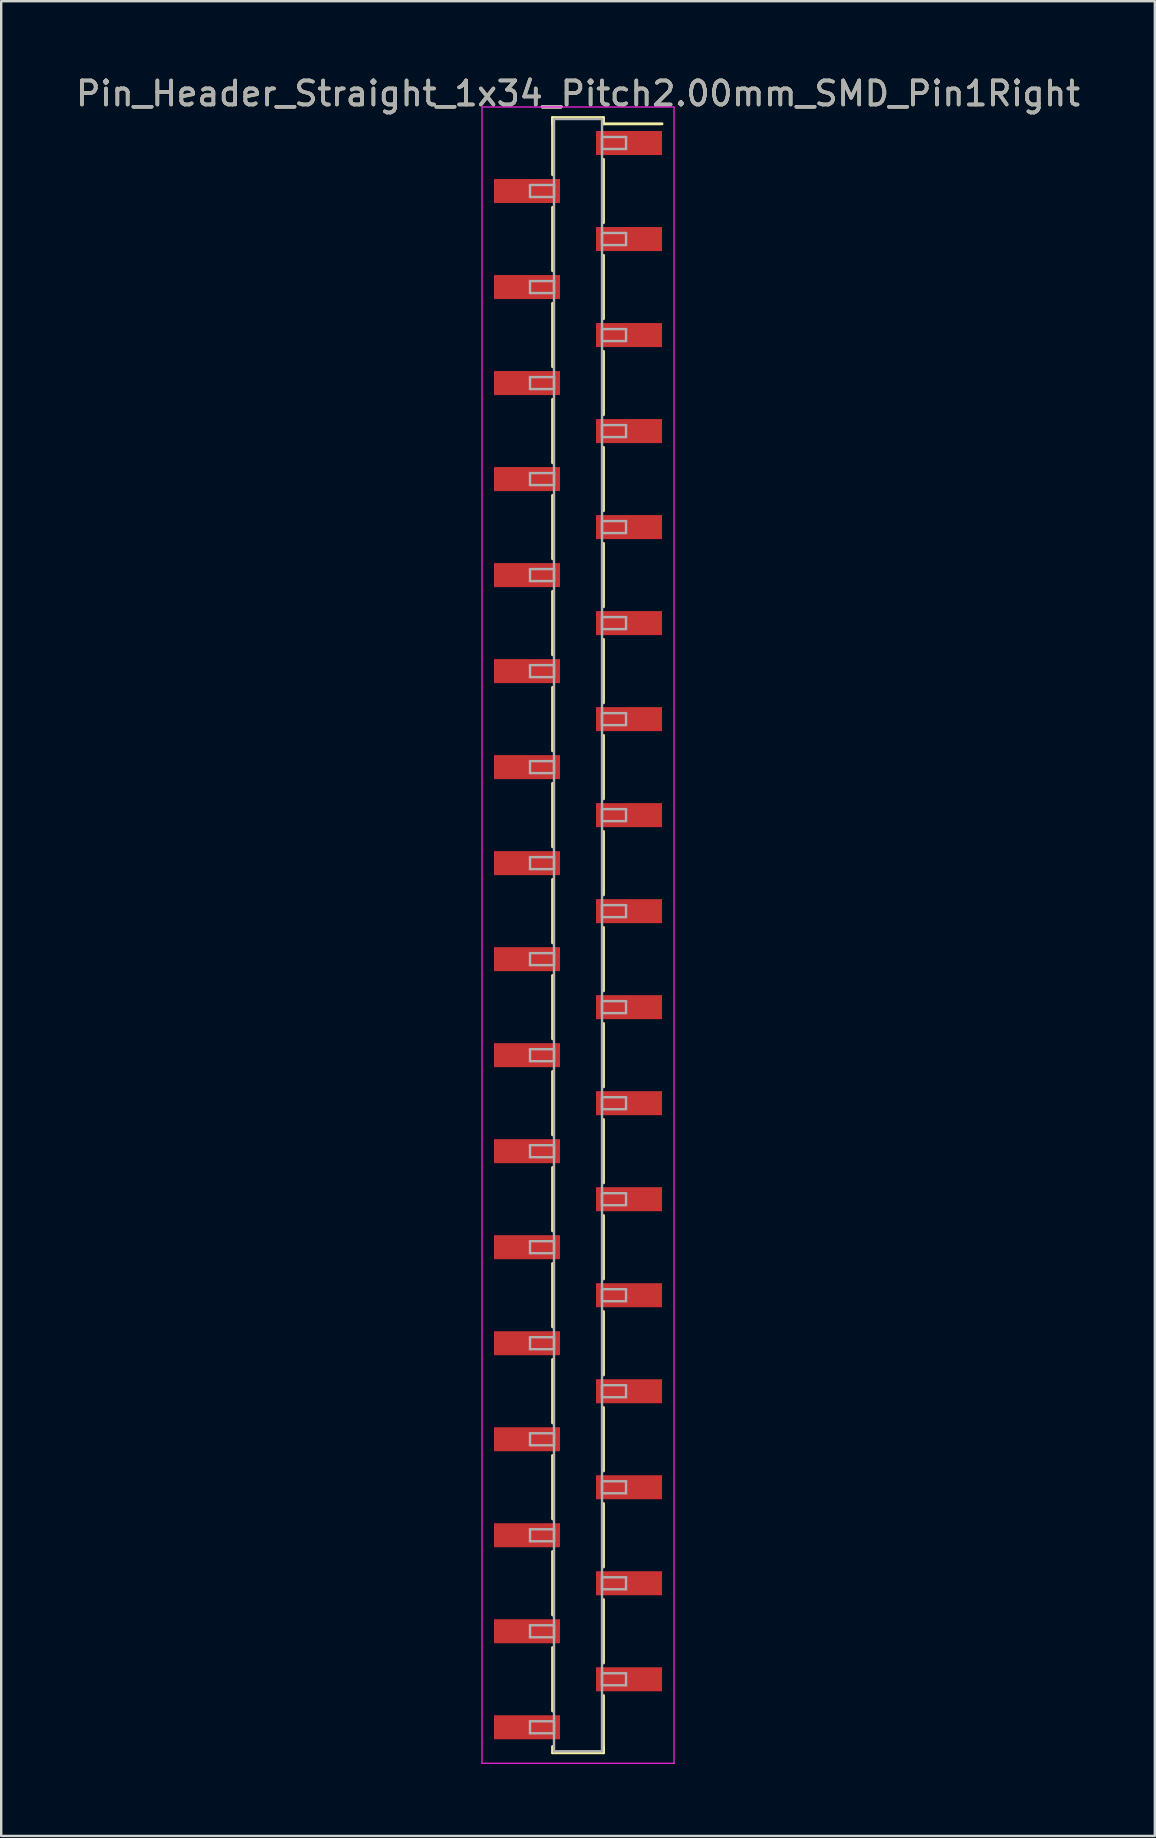
<source format=kicad_pcb>
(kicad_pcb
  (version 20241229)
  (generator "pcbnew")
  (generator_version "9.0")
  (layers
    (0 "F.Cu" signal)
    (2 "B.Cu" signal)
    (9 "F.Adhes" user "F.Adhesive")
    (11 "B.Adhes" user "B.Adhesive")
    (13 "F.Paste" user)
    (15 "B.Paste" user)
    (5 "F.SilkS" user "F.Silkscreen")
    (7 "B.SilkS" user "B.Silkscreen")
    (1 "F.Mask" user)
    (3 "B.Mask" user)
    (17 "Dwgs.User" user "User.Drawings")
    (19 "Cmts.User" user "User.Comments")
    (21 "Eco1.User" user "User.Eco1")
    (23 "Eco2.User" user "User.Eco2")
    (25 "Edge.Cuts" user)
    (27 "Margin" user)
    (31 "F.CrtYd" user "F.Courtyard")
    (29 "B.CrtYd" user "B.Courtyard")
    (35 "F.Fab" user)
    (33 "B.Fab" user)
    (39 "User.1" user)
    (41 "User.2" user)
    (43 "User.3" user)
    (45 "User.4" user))
  (footprint "Pin_Header_Straight_1x34_Pitch2.00mm_SMD_Pin1Right"
    (layer "F.Cu")
    (at 21.03 35.908)
    (property "Reference" "Pin_Header_Straight_1x34_Pitch2.00mm_SMD_Pin1Right" (at 0 -35.06 0) (layer "F.SilkS") (effects (font (size 1 1) (thickness 0.15))))
    (attr smd)
    (fp_line (start -1.06 -34.06) (end -1.06 -31.68) (stroke (width 0.12) (type solid)) (layer "F.SilkS"))
    (fp_line (start -1.06 -34.06) (end 1.06 -34.06) (stroke (width 0.12) (type solid)) (layer "F.SilkS"))
    (fp_line (start -1.06 -33.8) (end -1.06 -34.06) (stroke (width 0.12) (type solid)) (layer "F.SilkS"))
    (fp_line (start -1.06 -30.32) (end -1.06 -27.68) (stroke (width 0.12) (type solid)) (layer "F.SilkS"))
    (fp_line (start -1.06 -26.32) (end -1.06 -23.68) (stroke (width 0.12) (type solid)) (layer "F.SilkS"))
    (fp_line (start -1.06 -22.32) (end -1.06 -19.68) (stroke (width 0.12) (type solid)) (layer "F.SilkS"))
    (fp_line (start -1.06 -18.32) (end -1.06 -15.68) (stroke (width 0.12) (type solid)) (layer "F.SilkS"))
    (fp_line (start -1.06 -14.32) (end -1.06 -11.68) (stroke (width 0.12) (type solid)) (layer "F.SilkS"))
    (fp_line (start -1.06 -10.32) (end -1.06 -7.68) (stroke (width 0.12) (type solid)) (layer "F.SilkS"))
    (fp_line (start -1.06 -6.32) (end -1.06 -3.68) (stroke (width 0.12) (type solid)) (layer "F.SilkS"))
    (fp_line (start -1.06 -2.32) (end -1.06 0.32) (stroke (width 0.12) (type solid)) (layer "F.SilkS"))
    (fp_line (start -1.06 1.68) (end -1.06 4.32) (stroke (width 0.12) (type solid)) (layer "F.SilkS"))
    (fp_line (start -1.06 5.68) (end -1.06 8.32) (stroke (width 0.12) (type solid)) (layer "F.SilkS"))
    (fp_line (start -1.06 9.68) (end -1.06 12.32) (stroke (width 0.12) (type solid)) (layer "F.SilkS"))
    (fp_line (start -1.06 13.68) (end -1.06 16.32) (stroke (width 0.12) (type solid)) (layer "F.SilkS"))
    (fp_line (start -1.06 17.68) (end -1.06 20.32) (stroke (width 0.12) (type solid)) (layer "F.SilkS"))
    (fp_line (start -1.06 21.68) (end -1.06 24.32) (stroke (width 0.12) (type solid)) (layer "F.SilkS"))
    (fp_line (start -1.06 25.68) (end -1.06 28.32) (stroke (width 0.12) (type solid)) (layer "F.SilkS"))
    (fp_line (start -1.06 29.68) (end -1.06 32.32) (stroke (width 0.12) (type solid)) (layer "F.SilkS"))
    (fp_line (start -1.06 33.8) (end -1.06 34.06) (stroke (width 0.12) (type solid)) (layer "F.SilkS"))
    (fp_line (start -1.06 34.06) (end 1.06 34.06) (stroke (width 0.12) (type solid)) (layer "F.SilkS"))
    (fp_line (start 1.06 -34.06) (end 1.06 -33.8) (stroke (width 0.12) (type solid)) (layer "F.SilkS"))
    (fp_line (start 1.06 -33.8) (end 3.5 -33.8) (stroke (width 0.12) (type solid)) (layer "F.SilkS"))
    (fp_line (start 1.06 -32.32) (end 1.06 -29.68) (stroke (width 0.12) (type solid)) (layer "F.SilkS"))
    (fp_line (start 1.06 -28.32) (end 1.06 -25.68) (stroke (width 0.12) (type solid)) (layer "F.SilkS"))
    (fp_line (start 1.06 -24.32) (end 1.06 -21.68) (stroke (width 0.12) (type solid)) (layer "F.SilkS"))
    (fp_line (start 1.06 -20.32) (end 1.06 -17.68) (stroke (width 0.12) (type solid)) (layer "F.SilkS"))
    (fp_line (start 1.06 -16.32) (end 1.06 -13.68) (stroke (width 0.12) (type solid)) (layer "F.SilkS"))
    (fp_line (start 1.06 -12.32) (end 1.06 -9.68) (stroke (width 0.12) (type solid)) (layer "F.SilkS"))
    (fp_line (start 1.06 -8.32) (end 1.06 -5.68) (stroke (width 0.12) (type solid)) (layer "F.SilkS"))
    (fp_line (start 1.06 -4.32) (end 1.06 -1.68) (stroke (width 0.12) (type solid)) (layer "F.SilkS"))
    (fp_line (start 1.06 -0.32) (end 1.06 2.32) (stroke (width 0.12) (type solid)) (layer "F.SilkS"))
    (fp_line (start 1.06 3.68) (end 1.06 6.32) (stroke (width 0.12) (type solid)) (layer "F.SilkS"))
    (fp_line (start 1.06 7.68) (end 1.06 10.32) (stroke (width 0.12) (type solid)) (layer "F.SilkS"))
    (fp_line (start 1.06 11.68) (end 1.06 14.32) (stroke (width 0.12) (type solid)) (layer "F.SilkS"))
    (fp_line (start 1.06 15.68) (end 1.06 18.32) (stroke (width 0.12) (type solid)) (layer "F.SilkS"))
    (fp_line (start 1.06 19.68) (end 1.06 22.32) (stroke (width 0.12) (type solid)) (layer "F.SilkS"))
    (fp_line (start 1.06 23.68) (end 1.06 26.32) (stroke (width 0.12) (type solid)) (layer "F.SilkS"))
    (fp_line (start 1.06 27.68) (end 1.06 30.32) (stroke (width 0.12) (type solid)) (layer "F.SilkS"))
    (fp_line (start 1.06 31.68) (end 1.06 34.06) (stroke (width 0.12) (type solid)) (layer "F.SilkS"))
    (fp_line (start 1.06 34.06) (end 1.06 33.8) (stroke (width 0.12) (type solid)) (layer "F.SilkS"))
    (fp_line (start -4 -34.5) (end -4 34.5) (stroke (width 0.05) (type solid)) (layer "F.CrtYd"))
    (fp_line (start -4 34.5) (end 4 34.5) (stroke (width 0.05) (type solid)) (layer "F.CrtYd"))
    (fp_line (start 4 -34.5) (end -4 -34.5) (stroke (width 0.05) (type solid)) (layer "F.CrtYd"))
    (fp_line (start 4 34.5) (end 4 -34.5) (stroke (width 0.05) (type solid)) (layer "F.CrtYd"))
    (fp_line (start -2 -31.25) (end -1 -31.25) (stroke (width 0.1) (type solid)) (layer "F.Fab"))
    (fp_line (start -2 -30.75) (end -2 -31.25) (stroke (width 0.1) (type solid)) (layer "F.Fab"))
    (fp_line (start -2 -27.25) (end -1 -27.25) (stroke (width 0.1) (type solid)) (layer "F.Fab"))
    (fp_line (start -2 -26.75) (end -2 -27.25) (stroke (width 0.1) (type solid)) (layer "F.Fab"))
    (fp_line (start -2 -23.25) (end -1 -23.25) (stroke (width 0.1) (type solid)) (layer "F.Fab"))
    (fp_line (start -2 -22.75) (end -2 -23.25) (stroke (width 0.1) (type solid)) (layer "F.Fab"))
    (fp_line (start -2 -19.25) (end -1 -19.25) (stroke (width 0.1) (type solid)) (layer "F.Fab"))
    (fp_line (start -2 -18.75) (end -2 -19.25) (stroke (width 0.1) (type solid)) (layer "F.Fab"))
    (fp_line (start -2 -15.25) (end -1 -15.25) (stroke (width 0.1) (type solid)) (layer "F.Fab"))
    (fp_line (start -2 -14.75) (end -2 -15.25) (stroke (width 0.1) (type solid)) (layer "F.Fab"))
    (fp_line (start -2 -11.25) (end -1 -11.25) (stroke (width 0.1) (type solid)) (layer "F.Fab"))
    (fp_line (start -2 -10.75) (end -2 -11.25) (stroke (width 0.1) (type solid)) (layer "F.Fab"))
    (fp_line (start -2 -7.25) (end -1 -7.25) (stroke (width 0.1) (type solid)) (layer "F.Fab"))
    (fp_line (start -2 -6.75) (end -2 -7.25) (stroke (width 0.1) (type solid)) (layer "F.Fab"))
    (fp_line (start -2 -3.25) (end -1 -3.25) (stroke (width 0.1) (type solid)) (layer "F.Fab"))
    (fp_line (start -2 -2.75) (end -2 -3.25) (stroke (width 0.1) (type solid)) (layer "F.Fab"))
    (fp_line (start -2 0.75) (end -1 0.75) (stroke (width 0.1) (type solid)) (layer "F.Fab"))
    (fp_line (start -2 1.25) (end -2 0.75) (stroke (width 0.1) (type solid)) (layer "F.Fab"))
    (fp_line (start -2 4.75) (end -1 4.75) (stroke (width 0.1) (type solid)) (layer "F.Fab"))
    (fp_line (start -2 5.25) (end -2 4.75) (stroke (width 0.1) (type solid)) (layer "F.Fab"))
    (fp_line (start -2 8.75) (end -1 8.75) (stroke (width 0.1) (type solid)) (layer "F.Fab"))
    (fp_line (start -2 9.25) (end -2 8.75) (stroke (width 0.1) (type solid)) (layer "F.Fab"))
    (fp_line (start -2 12.75) (end -1 12.75) (stroke (width 0.1) (type solid)) (layer "F.Fab"))
    (fp_line (start -2 13.25) (end -2 12.75) (stroke (width 0.1) (type solid)) (layer "F.Fab"))
    (fp_line (start -2 16.75) (end -1 16.75) (stroke (width 0.1) (type solid)) (layer "F.Fab"))
    (fp_line (start -2 17.25) (end -2 16.75) (stroke (width 0.1) (type solid)) (layer "F.Fab"))
    (fp_line (start -2 20.75) (end -1 20.75) (stroke (width 0.1) (type solid)) (layer "F.Fab"))
    (fp_line (start -2 21.25) (end -2 20.75) (stroke (width 0.1) (type solid)) (layer "F.Fab"))
    (fp_line (start -2 24.75) (end -1 24.75) (stroke (width 0.1) (type solid)) (layer "F.Fab"))
    (fp_line (start -2 25.25) (end -2 24.75) (stroke (width 0.1) (type solid)) (layer "F.Fab"))
    (fp_line (start -2 28.75) (end -1 28.75) (stroke (width 0.1) (type solid)) (layer "F.Fab"))
    (fp_line (start -2 29.25) (end -2 28.75) (stroke (width 0.1) (type solid)) (layer "F.Fab"))
    (fp_line (start -2 32.75) (end -1 32.75) (stroke (width 0.1) (type solid)) (layer "F.Fab"))
    (fp_line (start -2 33.25) (end -2 32.75) (stroke (width 0.1) (type solid)) (layer "F.Fab"))
    (fp_line (start -1 -34) (end -1 34) (stroke (width 0.1) (type solid)) (layer "F.Fab"))
    (fp_line (start -1 -31.25) (end -1 -30.75) (stroke (width 0.1) (type solid)) (layer "F.Fab"))
    (fp_line (start -1 -30.75) (end -2 -30.75) (stroke (width 0.1) (type solid)) (layer "F.Fab"))
    (fp_line (start -1 -27.25) (end -1 -26.75) (stroke (width 0.1) (type solid)) (layer "F.Fab"))
    (fp_line (start -1 -26.75) (end -2 -26.75) (stroke (width 0.1) (type solid)) (layer "F.Fab"))
    (fp_line (start -1 -23.25) (end -1 -22.75) (stroke (width 0.1) (type solid)) (layer "F.Fab"))
    (fp_line (start -1 -22.75) (end -2 -22.75) (stroke (width 0.1) (type solid)) (layer "F.Fab"))
    (fp_line (start -1 -19.25) (end -1 -18.75) (stroke (width 0.1) (type solid)) (layer "F.Fab"))
    (fp_line (start -1 -18.75) (end -2 -18.75) (stroke (width 0.1) (type solid)) (layer "F.Fab"))
    (fp_line (start -1 -15.25) (end -1 -14.75) (stroke (width 0.1) (type solid)) (layer "F.Fab"))
    (fp_line (start -1 -14.75) (end -2 -14.75) (stroke (width 0.1) (type solid)) (layer "F.Fab"))
    (fp_line (start -1 -11.25) (end -1 -10.75) (stroke (width 0.1) (type solid)) (layer "F.Fab"))
    (fp_line (start -1 -10.75) (end -2 -10.75) (stroke (width 0.1) (type solid)) (layer "F.Fab"))
    (fp_line (start -1 -7.25) (end -1 -6.75) (stroke (width 0.1) (type solid)) (layer "F.Fab"))
    (fp_line (start -1 -6.75) (end -2 -6.75) (stroke (width 0.1) (type solid)) (layer "F.Fab"))
    (fp_line (start -1 -3.25) (end -1 -2.75) (stroke (width 0.1) (type solid)) (layer "F.Fab"))
    (fp_line (start -1 -2.75) (end -2 -2.75) (stroke (width 0.1) (type solid)) (layer "F.Fab"))
    (fp_line (start -1 0.75) (end -1 1.25) (stroke (width 0.1) (type solid)) (layer "F.Fab"))
    (fp_line (start -1 1.25) (end -2 1.25) (stroke (width 0.1) (type solid)) (layer "F.Fab"))
    (fp_line (start -1 4.75) (end -1 5.25) (stroke (width 0.1) (type solid)) (layer "F.Fab"))
    (fp_line (start -1 5.25) (end -2 5.25) (stroke (width 0.1) (type solid)) (layer "F.Fab"))
    (fp_line (start -1 8.75) (end -1 9.25) (stroke (width 0.1) (type solid)) (layer "F.Fab"))
    (fp_line (start -1 9.25) (end -2 9.25) (stroke (width 0.1) (type solid)) (layer "F.Fab"))
    (fp_line (start -1 12.75) (end -1 13.25) (stroke (width 0.1) (type solid)) (layer "F.Fab"))
    (fp_line (start -1 13.25) (end -2 13.25) (stroke (width 0.1) (type solid)) (layer "F.Fab"))
    (fp_line (start -1 16.75) (end -1 17.25) (stroke (width 0.1) (type solid)) (layer "F.Fab"))
    (fp_line (start -1 17.25) (end -2 17.25) (stroke (width 0.1) (type solid)) (layer "F.Fab"))
    (fp_line (start -1 20.75) (end -1 21.25) (stroke (width 0.1) (type solid)) (layer "F.Fab"))
    (fp_line (start -1 21.25) (end -2 21.25) (stroke (width 0.1) (type solid)) (layer "F.Fab"))
    (fp_line (start -1 24.75) (end -1 25.25) (stroke (width 0.1) (type solid)) (layer "F.Fab"))
    (fp_line (start -1 25.25) (end -2 25.25) (stroke (width 0.1) (type solid)) (layer "F.Fab"))
    (fp_line (start -1 28.75) (end -1 29.25) (stroke (width 0.1) (type solid)) (layer "F.Fab"))
    (fp_line (start -1 29.25) (end -2 29.25) (stroke (width 0.1) (type solid)) (layer "F.Fab"))
    (fp_line (start -1 32.75) (end -1 33.25) (stroke (width 0.1) (type solid)) (layer "F.Fab"))
    (fp_line (start -1 33.25) (end -2 33.25) (stroke (width 0.1) (type solid)) (layer "F.Fab"))
    (fp_line (start -1 34) (end 1 34) (stroke (width 0.1) (type solid)) (layer "F.Fab"))
    (fp_line (start 1 -34) (end -1 -34) (stroke (width 0.1) (type solid)) (layer "F.Fab"))
    (fp_line (start 1 -33.25) (end 1 -32.75) (stroke (width 0.1) (type solid)) (layer "F.Fab"))
    (fp_line (start 1 -32.75) (end 2 -32.75) (stroke (width 0.1) (type solid)) (layer "F.Fab"))
    (fp_line (start 1 -29.25) (end 1 -28.75) (stroke (width 0.1) (type solid)) (layer "F.Fab"))
    (fp_line (start 1 -28.75) (end 2 -28.75) (stroke (width 0.1) (type solid)) (layer "F.Fab"))
    (fp_line (start 1 -25.25) (end 1 -24.75) (stroke (width 0.1) (type solid)) (layer "F.Fab"))
    (fp_line (start 1 -24.75) (end 2 -24.75) (stroke (width 0.1) (type solid)) (layer "F.Fab"))
    (fp_line (start 1 -21.25) (end 1 -20.75) (stroke (width 0.1) (type solid)) (layer "F.Fab"))
    (fp_line (start 1 -20.75) (end 2 -20.75) (stroke (width 0.1) (type solid)) (layer "F.Fab"))
    (fp_line (start 1 -17.25) (end 1 -16.75) (stroke (width 0.1) (type solid)) (layer "F.Fab"))
    (fp_line (start 1 -16.75) (end 2 -16.75) (stroke (width 0.1) (type solid)) (layer "F.Fab"))
    (fp_line (start 1 -13.25) (end 1 -12.75) (stroke (width 0.1) (type solid)) (layer "F.Fab"))
    (fp_line (start 1 -12.75) (end 2 -12.75) (stroke (width 0.1) (type solid)) (layer "F.Fab"))
    (fp_line (start 1 -9.25) (end 1 -8.75) (stroke (width 0.1) (type solid)) (layer "F.Fab"))
    (fp_line (start 1 -8.75) (end 2 -8.75) (stroke (width 0.1) (type solid)) (layer "F.Fab"))
    (fp_line (start 1 -5.25) (end 1 -4.75) (stroke (width 0.1) (type solid)) (layer "F.Fab"))
    (fp_line (start 1 -4.75) (end 2 -4.75) (stroke (width 0.1) (type solid)) (layer "F.Fab"))
    (fp_line (start 1 -1.25) (end 1 -0.75) (stroke (width 0.1) (type solid)) (layer "F.Fab"))
    (fp_line (start 1 -0.75) (end 2 -0.75) (stroke (width 0.1) (type solid)) (layer "F.Fab"))
    (fp_line (start 1 2.75) (end 1 3.25) (stroke (width 0.1) (type solid)) (layer "F.Fab"))
    (fp_line (start 1 3.25) (end 2 3.25) (stroke (width 0.1) (type solid)) (layer "F.Fab"))
    (fp_line (start 1 6.75) (end 1 7.25) (stroke (width 0.1) (type solid)) (layer "F.Fab"))
    (fp_line (start 1 7.25) (end 2 7.25) (stroke (width 0.1) (type solid)) (layer "F.Fab"))
    (fp_line (start 1 10.75) (end 1 11.25) (stroke (width 0.1) (type solid)) (layer "F.Fab"))
    (fp_line (start 1 11.25) (end 2 11.25) (stroke (width 0.1) (type solid)) (layer "F.Fab"))
    (fp_line (start 1 14.75) (end 1 15.25) (stroke (width 0.1) (type solid)) (layer "F.Fab"))
    (fp_line (start 1 15.25) (end 2 15.25) (stroke (width 0.1) (type solid)) (layer "F.Fab"))
    (fp_line (start 1 18.75) (end 1 19.25) (stroke (width 0.1) (type solid)) (layer "F.Fab"))
    (fp_line (start 1 19.25) (end 2 19.25) (stroke (width 0.1) (type solid)) (layer "F.Fab"))
    (fp_line (start 1 22.75) (end 1 23.25) (stroke (width 0.1) (type solid)) (layer "F.Fab"))
    (fp_line (start 1 23.25) (end 2 23.25) (stroke (width 0.1) (type solid)) (layer "F.Fab"))
    (fp_line (start 1 26.75) (end 1 27.25) (stroke (width 0.1) (type solid)) (layer "F.Fab"))
    (fp_line (start 1 27.25) (end 2 27.25) (stroke (width 0.1) (type solid)) (layer "F.Fab"))
    (fp_line (start 1 30.75) (end 1 31.25) (stroke (width 0.1) (type solid)) (layer "F.Fab"))
    (fp_line (start 1 31.25) (end 2 31.25) (stroke (width 0.1) (type solid)) (layer "F.Fab"))
    (fp_line (start 1 34) (end 1 -34) (stroke (width 0.1) (type solid)) (layer "F.Fab"))
    (fp_line (start 2 -33.25) (end 1 -33.25) (stroke (width 0.1) (type solid)) (layer "F.Fab"))
    (fp_line (start 2 -32.75) (end 2 -33.25) (stroke (width 0.1) (type solid)) (layer "F.Fab"))
    (fp_line (start 2 -29.25) (end 1 -29.25) (stroke (width 0.1) (type solid)) (layer "F.Fab"))
    (fp_line (start 2 -28.75) (end 2 -29.25) (stroke (width 0.1) (type solid)) (layer "F.Fab"))
    (fp_line (start 2 -25.25) (end 1 -25.25) (stroke (width 0.1) (type solid)) (layer "F.Fab"))
    (fp_line (start 2 -24.75) (end 2 -25.25) (stroke (width 0.1) (type solid)) (layer "F.Fab"))
    (fp_line (start 2 -21.25) (end 1 -21.25) (stroke (width 0.1) (type solid)) (layer "F.Fab"))
    (fp_line (start 2 -20.75) (end 2 -21.25) (stroke (width 0.1) (type solid)) (layer "F.Fab"))
    (fp_line (start 2 -17.25) (end 1 -17.25) (stroke (width 0.1) (type solid)) (layer "F.Fab"))
    (fp_line (start 2 -16.75) (end 2 -17.25) (stroke (width 0.1) (type solid)) (layer "F.Fab"))
    (fp_line (start 2 -13.25) (end 1 -13.25) (stroke (width 0.1) (type solid)) (layer "F.Fab"))
    (fp_line (start 2 -12.75) (end 2 -13.25) (stroke (width 0.1) (type solid)) (layer "F.Fab"))
    (fp_line (start 2 -9.25) (end 1 -9.25) (stroke (width 0.1) (type solid)) (layer "F.Fab"))
    (fp_line (start 2 -8.75) (end 2 -9.25) (stroke (width 0.1) (type solid)) (layer "F.Fab"))
    (fp_line (start 2 -5.25) (end 1 -5.25) (stroke (width 0.1) (type solid)) (layer "F.Fab"))
    (fp_line (start 2 -4.75) (end 2 -5.25) (stroke (width 0.1) (type solid)) (layer "F.Fab"))
    (fp_line (start 2 -1.25) (end 1 -1.25) (stroke (width 0.1) (type solid)) (layer "F.Fab"))
    (fp_line (start 2 -0.75) (end 2 -1.25) (stroke (width 0.1) (type solid)) (layer "F.Fab"))
    (fp_line (start 2 2.75) (end 1 2.75) (stroke (width 0.1) (type solid)) (layer "F.Fab"))
    (fp_line (start 2 3.25) (end 2 2.75) (stroke (width 0.1) (type solid)) (layer "F.Fab"))
    (fp_line (start 2 6.75) (end 1 6.75) (stroke (width 0.1) (type solid)) (layer "F.Fab"))
    (fp_line (start 2 7.25) (end 2 6.75) (stroke (width 0.1) (type solid)) (layer "F.Fab"))
    (fp_line (start 2 10.75) (end 1 10.75) (stroke (width 0.1) (type solid)) (layer "F.Fab"))
    (fp_line (start 2 11.25) (end 2 10.75) (stroke (width 0.1) (type solid)) (layer "F.Fab"))
    (fp_line (start 2 14.75) (end 1 14.75) (stroke (width 0.1) (type solid)) (layer "F.Fab"))
    (fp_line (start 2 15.25) (end 2 14.75) (stroke (width 0.1) (type solid)) (layer "F.Fab"))
    (fp_line (start 2 18.75) (end 1 18.75) (stroke (width 0.1) (type solid)) (layer "F.Fab"))
    (fp_line (start 2 19.25) (end 2 18.75) (stroke (width 0.1) (type solid)) (layer "F.Fab"))
    (fp_line (start 2 22.75) (end 1 22.75) (stroke (width 0.1) (type solid)) (layer "F.Fab"))
    (fp_line (start 2 23.25) (end 2 22.75) (stroke (width 0.1) (type solid)) (layer "F.Fab"))
    (fp_line (start 2 26.75) (end 1 26.75) (stroke (width 0.1) (type solid)) (layer "F.Fab"))
    (fp_line (start 2 27.25) (end 2 26.75) (stroke (width 0.1) (type solid)) (layer "F.Fab"))
    (fp_line (start 2 30.75) (end 1 30.75) (stroke (width 0.1) (type solid)) (layer "F.Fab"))
    (fp_line (start 2 31.25) (end 2 30.75) (stroke (width 0.1) (type solid)) (layer "F.Fab"))
    (fp_text user "${REFERENCE}" (at 0 -35.06 0) (layer "F.Fab") (effects (font (size 1 1) (thickness 0.15))))
    (pad "1" smd rect (at 2.125 -33) (size 2.75 1) (layers "F.Cu" "F.Mask" "F.Paste"))
    (pad "2" smd rect (at -2.125 -31) (size 2.75 1) (layers "F.Cu" "F.Mask" "F.Paste"))
    (pad "3" smd rect (at 2.125 -29) (size 2.75 1) (layers "F.Cu" "F.Mask" "F.Paste"))
    (pad "4" smd rect (at -2.125 -27) (size 2.75 1) (layers "F.Cu" "F.Mask" "F.Paste"))
    (pad "5" smd rect (at 2.125 -25) (size 2.75 1) (layers "F.Cu" "F.Mask" "F.Paste"))
    (pad "6" smd rect (at -2.125 -23) (size 2.75 1) (layers "F.Cu" "F.Mask" "F.Paste"))
    (pad "7" smd rect (at 2.125 -21) (size 2.75 1) (layers "F.Cu" "F.Mask" "F.Paste"))
    (pad "8" smd rect (at -2.125 -19) (size 2.75 1) (layers "F.Cu" "F.Mask" "F.Paste"))
    (pad "9" smd rect (at 2.125 -17) (size 2.75 1) (layers "F.Cu" "F.Mask" "F.Paste"))
    (pad "10" smd rect (at -2.125 -15) (size 2.75 1) (layers "F.Cu" "F.Mask" "F.Paste"))
    (pad "11" smd rect (at 2.125 -13) (size 2.75 1) (layers "F.Cu" "F.Mask" "F.Paste"))
    (pad "12" smd rect (at -2.125 -11) (size 2.75 1) (layers "F.Cu" "F.Mask" "F.Paste"))
    (pad "13" smd rect (at 2.125 -9) (size 2.75 1) (layers "F.Cu" "F.Mask" "F.Paste"))
    (pad "14" smd rect (at -2.125 -7) (size 2.75 1) (layers "F.Cu" "F.Mask" "F.Paste"))
    (pad "15" smd rect (at 2.125 -5) (size 2.75 1) (layers "F.Cu" "F.Mask" "F.Paste"))
    (pad "16" smd rect (at -2.125 -3) (size 2.75 1) (layers "F.Cu" "F.Mask" "F.Paste"))
    (pad "17" smd rect (at 2.125 -1) (size 2.75 1) (layers "F.Cu" "F.Mask" "F.Paste"))
    (pad "18" smd rect (at -2.125 1) (size 2.75 1) (layers "F.Cu" "F.Mask" "F.Paste"))
    (pad "19" smd rect (at 2.125 3) (size 2.75 1) (layers "F.Cu" "F.Mask" "F.Paste"))
    (pad "20" smd rect (at -2.125 5) (size 2.75 1) (layers "F.Cu" "F.Mask" "F.Paste"))
    (pad "21" smd rect (at 2.125 7) (size 2.75 1) (layers "F.Cu" "F.Mask" "F.Paste"))
    (pad "22" smd rect (at -2.125 9) (size 2.75 1) (layers "F.Cu" "F.Mask" "F.Paste"))
    (pad "23" smd rect (at 2.125 11) (size 2.75 1) (layers "F.Cu" "F.Mask" "F.Paste"))
    (pad "24" smd rect (at -2.125 13) (size 2.75 1) (layers "F.Cu" "F.Mask" "F.Paste"))
    (pad "25" smd rect (at 2.125 15) (size 2.75 1) (layers "F.Cu" "F.Mask" "F.Paste"))
    (pad "26" smd rect (at -2.125 17) (size 2.75 1) (layers "F.Cu" "F.Mask" "F.Paste"))
    (pad "27" smd rect (at 2.125 19) (size 2.75 1) (layers "F.Cu" "F.Mask" "F.Paste"))
    (pad "28" smd rect (at -2.125 21) (size 2.75 1) (layers "F.Cu" "F.Mask" "F.Paste"))
    (pad "29" smd rect (at 2.125 23) (size 2.75 1) (layers "F.Cu" "F.Mask" "F.Paste"))
    (pad "30" smd rect (at -2.125 25) (size 2.75 1) (layers "F.Cu" "F.Mask" "F.Paste"))
    (pad "31" smd rect (at 2.125 27) (size 2.75 1) (layers "F.Cu" "F.Mask" "F.Paste"))
    (pad "32" smd rect (at -2.125 29) (size 2.75 1) (layers "F.Cu" "F.Mask" "F.Paste"))
    (pad "33" smd rect (at 2.125 31) (size 2.75 1) (layers "F.Cu" "F.Mask" "F.Paste"))
    (pad "34" smd rect (at -2.125 33) (size 2.75 1) (layers "F.Cu" "F.Mask" "F.Paste")))
  (gr_rect
    (start -3 -3)
    (end 45.06 73.433)
    (stroke (width 0.1) (type default))
    (fill no)
    (layer "Edge.Cuts")))
</source>
